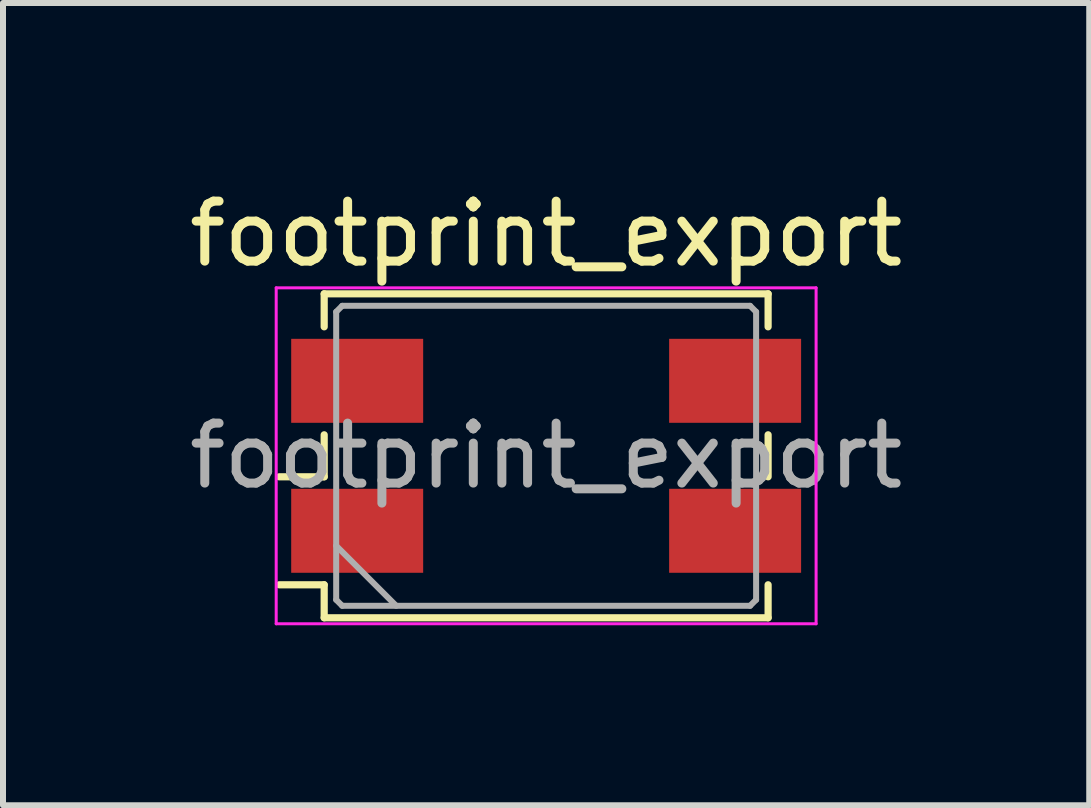
<source format=kicad_pcb>
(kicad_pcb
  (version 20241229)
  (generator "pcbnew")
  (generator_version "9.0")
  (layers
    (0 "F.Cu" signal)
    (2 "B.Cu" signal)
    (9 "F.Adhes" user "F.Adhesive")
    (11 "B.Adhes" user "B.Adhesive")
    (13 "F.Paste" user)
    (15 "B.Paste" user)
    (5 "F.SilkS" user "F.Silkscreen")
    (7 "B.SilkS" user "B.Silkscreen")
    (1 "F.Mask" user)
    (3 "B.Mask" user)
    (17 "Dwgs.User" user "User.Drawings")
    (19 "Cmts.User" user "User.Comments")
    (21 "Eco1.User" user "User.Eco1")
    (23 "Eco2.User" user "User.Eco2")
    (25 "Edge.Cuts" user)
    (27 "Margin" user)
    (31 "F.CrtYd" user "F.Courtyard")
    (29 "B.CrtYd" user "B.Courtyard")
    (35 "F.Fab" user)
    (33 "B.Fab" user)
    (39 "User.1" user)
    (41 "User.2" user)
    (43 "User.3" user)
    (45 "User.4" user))
  (footprint "footprint_export"
    (layer "F.Cu")
    (at 6.054 4.548)
    (property "Reference" "footprint_export" (at 0 -3.7 0) (layer "F.SilkS") (effects (font (size 1 1) (thickness 0.15))))
    (attr smd)
    (fp_line (start -4.45 0.35) (end -3.7 0.35) (stroke (width 0.12) (type solid)) (layer "F.SilkS"))
    (fp_line (start -4.45 2.15) (end -3.7 2.15) (stroke (width 0.12) (type solid)) (layer "F.SilkS"))
    (fp_line (start -3.7 -2.7) (end 3.7 -2.7) (stroke (width 0.12) (type solid)) (layer "F.SilkS"))
    (fp_line (start -3.7 -2.15) (end -3.7 -2.7) (stroke (width 0.12) (type solid)) (layer "F.SilkS"))
    (fp_line (start -3.7 0.35) (end -3.7 -0.35) (stroke (width 0.12) (type solid)) (layer "F.SilkS"))
    (fp_line (start -3.7 2.15) (end -3.7 2.7) (stroke (width 0.12) (type solid)) (layer "F.SilkS"))
    (fp_line (start -3.7 2.7) (end 3.7 2.7) (stroke (width 0.12) (type solid)) (layer "F.SilkS"))
    (fp_line (start 3.7 -2.7) (end 3.7 -2.15) (stroke (width 0.12) (type solid)) (layer "F.SilkS"))
    (fp_line (start 3.7 -0.35) (end 3.7 0.35) (stroke (width 0.12) (type solid)) (layer "F.SilkS"))
    (fp_line (start 3.7 2.7) (end 3.7 2.15) (stroke (width 0.12) (type solid)) (layer "F.SilkS"))
    (fp_line (start -4.5 -2.8) (end -4.5 2.8) (stroke (width 0.05) (type solid)) (layer "F.CrtYd"))
    (fp_line (start -4.5 2.8) (end 4.5 2.8) (stroke (width 0.05) (type solid)) (layer "F.CrtYd"))
    (fp_line (start 4.5 -2.8) (end -4.5 -2.8) (stroke (width 0.05) (type solid)) (layer "F.CrtYd"))
    (fp_line (start 4.5 2.8) (end 4.5 -2.8) (stroke (width 0.05) (type solid)) (layer "F.CrtYd"))
    (fp_line (start -3.5 -2.4) (end -3.4 -2.5) (stroke (width 0.1) (type solid)) (layer "F.Fab"))
    (fp_line (start -3.5 1.5) (end -2.5 2.5) (stroke (width 0.1) (type solid)) (layer "F.Fab"))
    (fp_line (start -3.5 2.4) (end -3.5 -2.4) (stroke (width 0.1) (type solid)) (layer "F.Fab"))
    (fp_line (start -3.4 -2.5) (end 3.4 -2.5) (stroke (width 0.1) (type solid)) (layer "F.Fab"))
    (fp_line (start -3.4 2.5) (end -3.5 2.4) (stroke (width 0.1) (type solid)) (layer "F.Fab"))
    (fp_line (start 3.4 -2.5) (end 3.5 -2.4) (stroke (width 0.1) (type solid)) (layer "F.Fab"))
    (fp_line (start 3.4 2.5) (end -3.4 2.5) (stroke (width 0.1) (type solid)) (layer "F.Fab"))
    (fp_line (start 3.5 -2.4) (end 3.5 2.4) (stroke (width 0.1) (type solid)) (layer "F.Fab"))
    (fp_line (start 3.5 2.4) (end 3.4 2.5) (stroke (width 0.1) (type solid)) (layer "F.Fab"))
    (fp_text user "${REFERENCE}" (at 0 0 0) (layer "F.Fab") (effects (font (size 1 1) (thickness 0.15))))
    (pad "1" smd rect (at -3.15 1.25) (size 2.2 1.4) (layers "F.Cu" "F.Mask" "F.Paste"))
    (pad "2" smd rect (at 3.15 1.25) (size 2.2 1.4) (layers "F.Cu" "F.Mask" "F.Paste"))
    (pad "3" smd rect (at 3.15 -1.25) (size 2.2 1.4) (layers "F.Cu" "F.Mask" "F.Paste"))
    (pad "4" smd rect (at -3.15 -1.25) (size 2.2 1.4) (layers "F.Cu" "F.Mask" "F.Paste")))
  (gr_rect
    (start -3 -3)
    (end 15.107 10.373)
    (stroke (width 0.1) (type default))
    (fill no)
    (layer "Edge.Cuts")))
</source>
